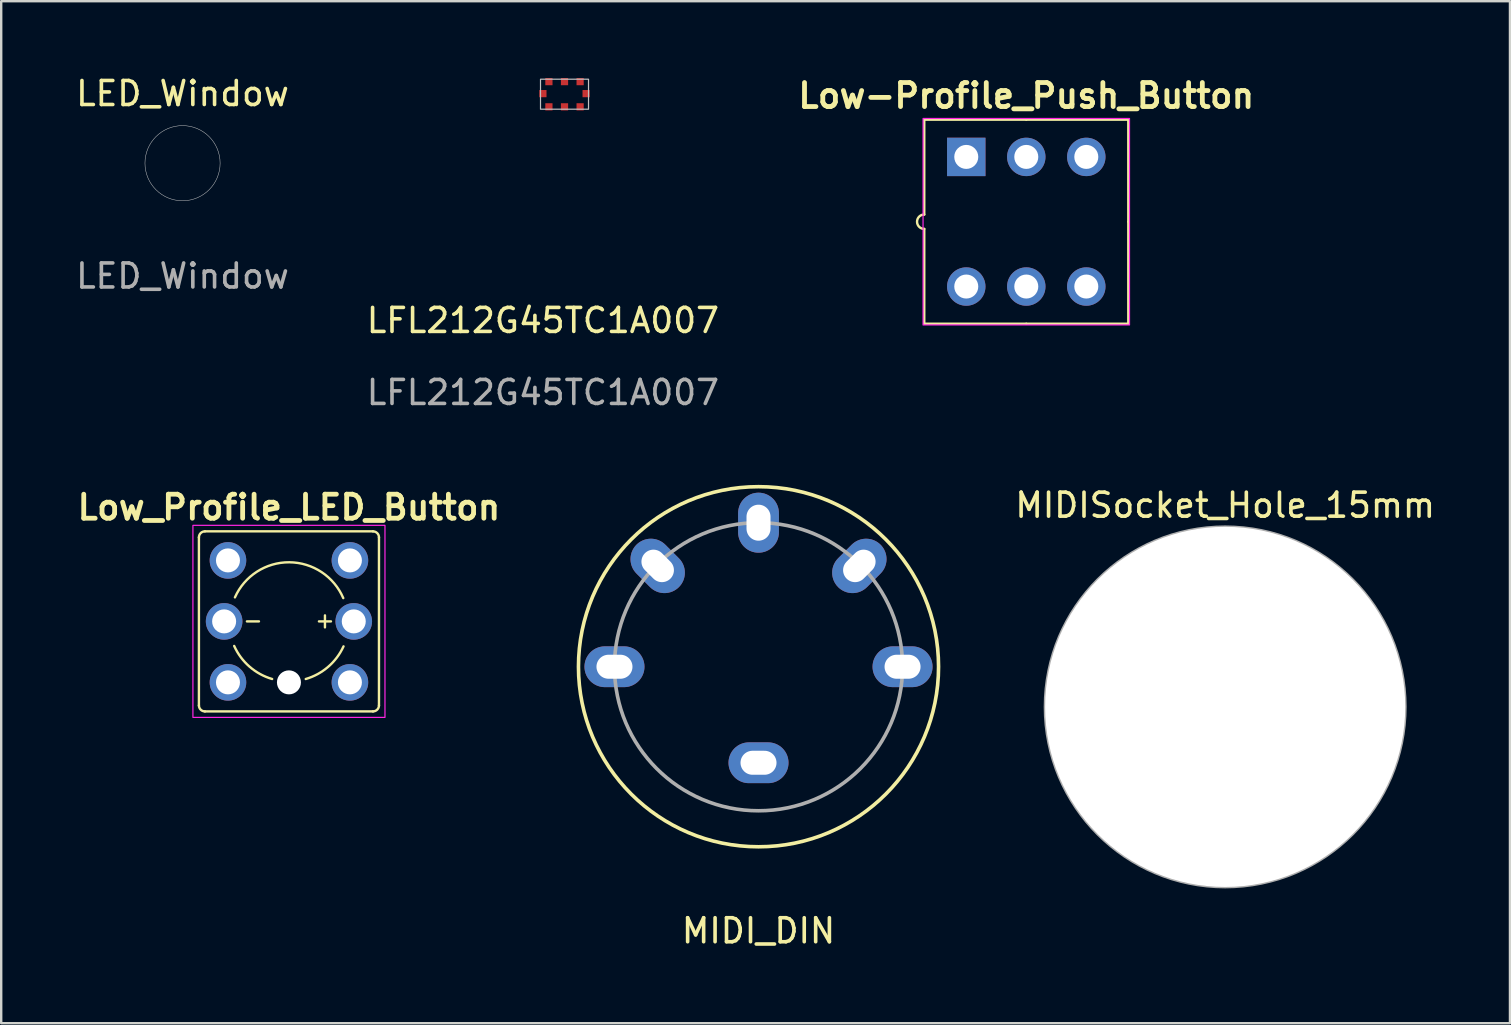
<source format=kicad_pcb>
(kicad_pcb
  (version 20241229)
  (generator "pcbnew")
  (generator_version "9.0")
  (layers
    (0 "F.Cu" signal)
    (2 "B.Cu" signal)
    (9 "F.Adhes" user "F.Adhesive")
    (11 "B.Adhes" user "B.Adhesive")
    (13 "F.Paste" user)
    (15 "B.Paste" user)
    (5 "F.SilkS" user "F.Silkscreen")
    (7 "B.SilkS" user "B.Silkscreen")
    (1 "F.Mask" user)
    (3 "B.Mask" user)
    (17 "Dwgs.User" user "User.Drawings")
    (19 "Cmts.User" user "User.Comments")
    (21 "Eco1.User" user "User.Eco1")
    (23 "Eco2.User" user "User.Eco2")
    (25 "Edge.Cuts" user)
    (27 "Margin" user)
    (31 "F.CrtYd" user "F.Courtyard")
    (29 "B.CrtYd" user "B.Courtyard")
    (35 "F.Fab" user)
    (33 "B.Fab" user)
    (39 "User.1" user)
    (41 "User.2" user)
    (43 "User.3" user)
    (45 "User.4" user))
  (footprint "LFL212G45TC1A007"
    (layer "F.Cu")
    (at 19.465 0.25)
    (property "Reference" "LFL212G45TC1A007" (at 0.1 10.05 0) (unlocked yes) (layer "F.SilkS") (effects (font (size 1 1) (thickness 0.15))))
    (attr smd)
    (fp_rect (start 0 0) (end 2 1.25) (stroke (width 0.05) (type solid)) (fill no) (layer "Dwgs.User"))
    (fp_text user "${REFERENCE}" (at 0.1 13.05 0) (unlocked yes) (layer "F.Fab") (effects (font (size 1 1) (thickness 0.15))))
    (pad "1" smd rect (at 0.35 1.15) (size 0.3 0.3) (layers "F.Cu" "F.Mask" "F.Paste"))
    (pad "2" smd rect (at 1 1.15) (size 0.3 0.3) (layers "F.Cu" "F.Mask" "F.Paste"))
    (pad "3" smd rect (at 1.65 1.15) (size 0.3 0.3) (layers "F.Cu" "F.Mask" "F.Paste"))
    (pad "4" smd rect (at 1.9 0.6 90) (size 0.3 0.3) (layers "F.Cu" "F.Mask" "F.Paste"))
    (pad "5" smd rect (at 1.65 0.1) (size 0.3 0.3) (layers "F.Cu" "F.Mask" "F.Paste"))
    (pad "6" smd rect (at 1 0.1) (size 0.3 0.3) (layers "F.Cu" "F.Mask" "F.Paste"))
    (pad "7" smd rect (at 0.35 0.1) (size 0.3 0.3) (layers "F.Cu" "F.Mask" "F.Paste"))
    (pad "8" smd rect (at 0.1 0.6) (size 0.3 0.3) (layers "F.Cu" "F.Mask" "F.Paste")))
  (footprint "Low_Profile_LED_Button"
    (layer "F.Cu")
    (at 8.986 22.834)
    (property "Reference" "Low_Profile_LED_Button" (at 0 -4.75 0) (unlocked yes) (layer "F.SilkS") (effects (font (size 1 1) (thickness 0.2) (bold yes))))
    (attr through_hole)
    (fp_line (start -3.75 -3.5) (end -3.75 3.5) (stroke (width 0.1) (type default)) (layer "F.SilkS"))
    (fp_line (start -3.5 3.75) (end 3.5 3.75) (stroke (width 0.1) (type default)) (layer "F.SilkS"))
    (fp_line (start -1.75 0) (end -1.25 0) (stroke (width 0.1) (type default)) (layer "F.SilkS"))
    (fp_line (start 1.25 0) (end 1.75 0) (stroke (width 0.1) (type default)) (layer "F.SilkS"))
    (fp_line (start 1.5 -0.25) (end 1.5 0.25) (stroke (width 0.1) (type default)) (layer "F.SilkS"))
    (fp_line (start 3.5 -3.75) (end -3.5 -3.75) (stroke (width 0.1) (type default)) (layer "F.SilkS"))
    (fp_line (start 3.75 3.5) (end 3.75 -3.5) (stroke (width 0.1) (type default)) (layer "F.SilkS"))
    (fp_arc (start -3.75 -3.5) (mid -3.676777 -3.676777) (end -3.5 -3.75) (stroke (width 0.1) (type default)) (layer "F.SilkS"))
    (fp_arc (start -3.5 3.75) (mid -3.676777 3.676777) (end -3.75 3.5) (stroke (width 0.1) (type default)) (layer "F.SilkS"))
    (fp_arc (start -2.25 -1) (mid 0.016414 -2.46216) (end 2.263132 -0.969914) (stroke (width 0.1) (type default)) (layer "F.SilkS"))
    (fp_arc (start -0.7 2.4) (mid -1.641823 1.885316) (end -2.281044 1.023151) (stroke (width 0.1) (type default)) (layer "F.SilkS"))
    (fp_arc (start 2.27338 1.04103) (mid 1.634696 1.892028) (end 0.7 2.400417) (stroke (width 0.1) (type default)) (layer "F.SilkS"))
    (fp_arc (start 3.5 -3.75) (mid 3.676777 -3.676777) (end 3.75 -3.5) (stroke (width 0.1) (type default)) (layer "F.SilkS"))
    (fp_arc (start 3.75 3.5) (mid 3.676777 3.676777) (end 3.5 3.75) (stroke (width 0.1) (type default)) (layer "F.SilkS"))
    (fp_rect (start -4 -4) (end 4 4) (stroke (width 0.05) (type default)) (fill no) (layer "F.CrtYd"))
    (pad "" np_thru_hole circle (at 0 2.54) (size 1 1) (drill 1) (layers "*.Cu" "*.Mask"))
    (pad "1" thru_hole circle (at 2.54 -2.54) (size 1.524 1.524) (drill 1) (layers "*.Cu" "*.Mask"))
    (pad "2" thru_hole circle (at -2.54 -2.54) (size 1.524 1.524) (drill 1) (layers "*.Cu" "*.Mask"))
    (pad "3" thru_hole circle (at 2.54 2.54) (size 1.524 1.524) (drill 1) (layers "*.Cu" "*.Mask"))
    (pad "4" thru_hole circle (at -2.54 2.54) (size 1.524 1.524) (drill 1) (layers "*.Cu" "*.Mask"))
    (pad "5" thru_hole circle (at 2.7 0) (size 1.524 1.524) (drill 1) (layers "*.Cu" "*.Mask"))
    (pad "6" thru_hole circle (at -2.7 0) (size 1.524 1.524) (drill 1) (layers "*.Cu" "*.Mask")))
  (footprint "LED_Window"
    (layer "F.Cu")
    (at 4.554 3.748)
    (property "Reference" "LED_Window" (at 0 -2.9 0) (unlocked yes) (layer "F.SilkS") (effects (font (size 1 1) (thickness 0.15))))
    (attr smd)
    (fp_circle (center 0 0) (end 1.9 -0.7) (stroke (width 0.1) (type solid)) (fill yes) (layer "F.Mask"))
    (fp_poly (pts (xy 0.004 -1.57) (xy 0.429 -1.495) (xy 0.804 -1.345) (xy 1.204 -0.995) (xy 1.454 -0.595) (xy 1.579 0.005) (xy 1.454 0.605) (xy 1.204 1.005) (xy 0.804 1.355) (xy 0.429 1.505) (xy 0.004 1.58) (xy -0.396 1.505) (xy -0.796 1.355) (xy -1.196 1.005) (xy -1.446 0.605) (xy -1.571 0.005) (xy -1.446 -0.595) (xy -1.196 -0.995) (xy -0.796 -1.345) (xy -0.396 -1.495)) (stroke (width 0.02) (type solid)) (fill yes) (layer "B.Mask"))
    (fp_circle (center 0 0) (end 0.7 1.4) (stroke (width 0.02) (type default)) (fill no) (layer "Dwgs.User"))
    (fp_text user "${REFERENCE}" (at 0 4.7 0) (unlocked yes) (layer "F.Fab") (effects (font (size 1 1) (thickness 0.15))))
    (zone (net_name "") (layers "F.Cu" "B.Cu") (name "LED_Window") (hatch edge 0.5) (connect_pads) (min_thickness 0.25) (filled_areas_thickness no) (keepout (tracks not_allowed) (vias not_allowed) (pads not_allowed) (copperpour not_allowed) (footprints allowed)) (placement (enabled no)) (fill) (polygon (pts (xy 4.954 2.248) (xy 4.554 2.173) (xy 4.154 2.248) (xy 3.754 2.398) (xy 3.354 2.748) (xy 3.104 3.148) (xy 2.979 3.748) (xy 3.104 4.348) (xy 3.354 4.748) (xy 3.754 5.098) (xy 4.154 5.248) (xy 4.554 5.323) (xy 4.979 5.248) (xy 5.354 5.098) (xy 5.754 4.748) (xy 6.004 4.348) (xy 6.129 3.748) (xy 6.004 3.148) (xy 5.754 2.748) (xy 5.354 2.398)))))
  (footprint "MIDISocket_Hole_15mm"
    (layer "F.Cu")
    (at 47.985 26.396)
    (property "Reference" "MIDISocket_Hole_15mm" (at 0 -8.4 0) (layer "F.SilkS") (effects (font (size 1 1) (thickness 0.15))))
    (attr through_hole)
    (fp_circle (center 0 0) (end 6 0) (stroke (width 0.05) (type solid)) (fill no) (layer "F.CrtYd"))
    (fp_circle (center 0 0) (end 1.796 0) (stroke (width 0.15) (type solid)) (fill no) (layer "B.Fab"))
    (fp_circle (center 0 0) (end 7.5 0) (stroke (width 0.12) (type solid)) (fill no) (layer "F.Fab"))
    (pad "" np_thru_hole circle (at 0 0) (size 15 15) (drill 15) (layers "*.Cu" "*.Mask")))
  (footprint "Low-Profile_Push_Button"
    (layer "F.Cu")
    (at 39.7 6.186)
    (property "Reference" "Low-Profile_Push_Button" (at 0 -5.25 0) (unlocked yes) (layer "F.SilkS") (effects (font (size 1 1) (thickness 0.2) (bold yes))))
    (attr through_hole)
    (fp_line (start -4.25 -4.25) (end 0 -4.25) (stroke (width 0.1) (type default)) (layer "F.SilkS"))
    (fp_line (start -4.25 -0.3) (end -4.25 -4.25) (stroke (width 0.1) (type default)) (layer "F.SilkS"))
    (fp_line (start -4.25 4.25) (end -4.25 0.3) (stroke (width 0.1) (type default)) (layer "F.SilkS"))
    (fp_line (start 0 -4.25) (end 4.25 -4.25) (stroke (width 0.1) (type default)) (layer "F.SilkS"))
    (fp_line (start 0 4.25) (end -4.25 4.25) (stroke (width 0.1) (type default)) (layer "F.SilkS"))
    (fp_line (start 4.25 0) (end 4.25 -4.25) (stroke (width 0.1) (type default)) (layer "F.SilkS"))
    (fp_line (start 4.25 0) (end 4.25 4.25) (stroke (width 0.1) (type default)) (layer "F.SilkS"))
    (fp_line (start 4.25 4.25) (end 0 4.25) (stroke (width 0.1) (type default)) (layer "F.SilkS"))
    (fp_arc (start -4.25 0.3) (mid -4.55 0) (end -4.25 -0.3) (stroke (width 0.1) (type default)) (layer "F.SilkS"))
    (fp_rect (start 4.3 -4.3) (end -4.3 4.3) (stroke (width 0.05) (type default)) (fill no) (layer "F.CrtYd"))
    (pad "1" thru_hole rect (at -2.5 -2.7) (size 1.6 1.6) (drill 1) (layers "*.Cu" "*.Mask"))
    (pad "2" thru_hole circle (at 0 -2.7) (size 1.6 1.6) (drill 1) (layers "*.Cu" "*.Mask"))
    (pad "3" thru_hole circle (at 2.5 -2.7) (size 1.6 1.6) (drill 1) (layers "*.Cu" "*.Mask"))
    (pad "4" thru_hole circle (at -2.5 2.7) (size 1.6 1.6) (drill 1) (layers "*.Cu" "*.Mask"))
    (pad "5" thru_hole circle (at 0 2.7) (size 1.6 1.6) (drill 1) (layers "*.Cu" "*.Mask"))
    (pad "6" thru_hole circle (at 2.5 2.7) (size 1.6 1.6) (drill 1) (layers "*.Cu" "*.Mask")))
  (footprint "MIDI_DIN"
    (layer "F.Cu")
    (at 28.546 18.723)
    (property "Reference" "MIDI_DIN" (at 0 17 0) (layer "F.SilkS") (effects (font (size 1 1) (thickness 0.15))))
    (attr through_hole)
    (fp_circle (center 0 6) (end 7.5 6) (stroke (width 0.15) (type solid)) (fill no) (layer "F.SilkS"))
    (fp_circle (center 0 6) (end 6 6) (stroke (width 0.15) (type solid)) (fill no) (layer "F.Fab"))
    (pad "1" thru_hole oval (at -6 6) (size 2.5 1.7) (drill oval 1.5 1) (layers "*.Cu" "*.Mask"))
    (pad "2" thru_hole oval (at 0 0) (size 1.7 2.5) (drill oval 1 1.5) (layers "*.Cu" "*.Mask"))
    (pad "3" thru_hole oval (at 6 6) (size 2.5 1.7) (drill oval 1.5 1) (layers "*.Cu" "*.Mask"))
    (pad "4" thru_hole oval (at -4.2 1.8 315) (size 2.5 1.7) (drill oval 1.5 1) (layers "*.Cu" "*.Mask"))
    (pad "5" thru_hole oval (at 4.2 1.8 45) (size 2.5 1.7) (drill oval 1.5 1) (layers "*.Cu" "*.Mask"))
    (pad "6" thru_hole oval (at 0 10) (size 2.5 1.7) (drill oval 1.5 1) (layers "*.Cu" "*.Mask")))
  (gr_rect
    (start -3 -3)
    (end 59.848 39.572)
    (stroke (width 0.1) (type default))
    (fill no)
    (layer "Edge.Cuts")))
</source>
